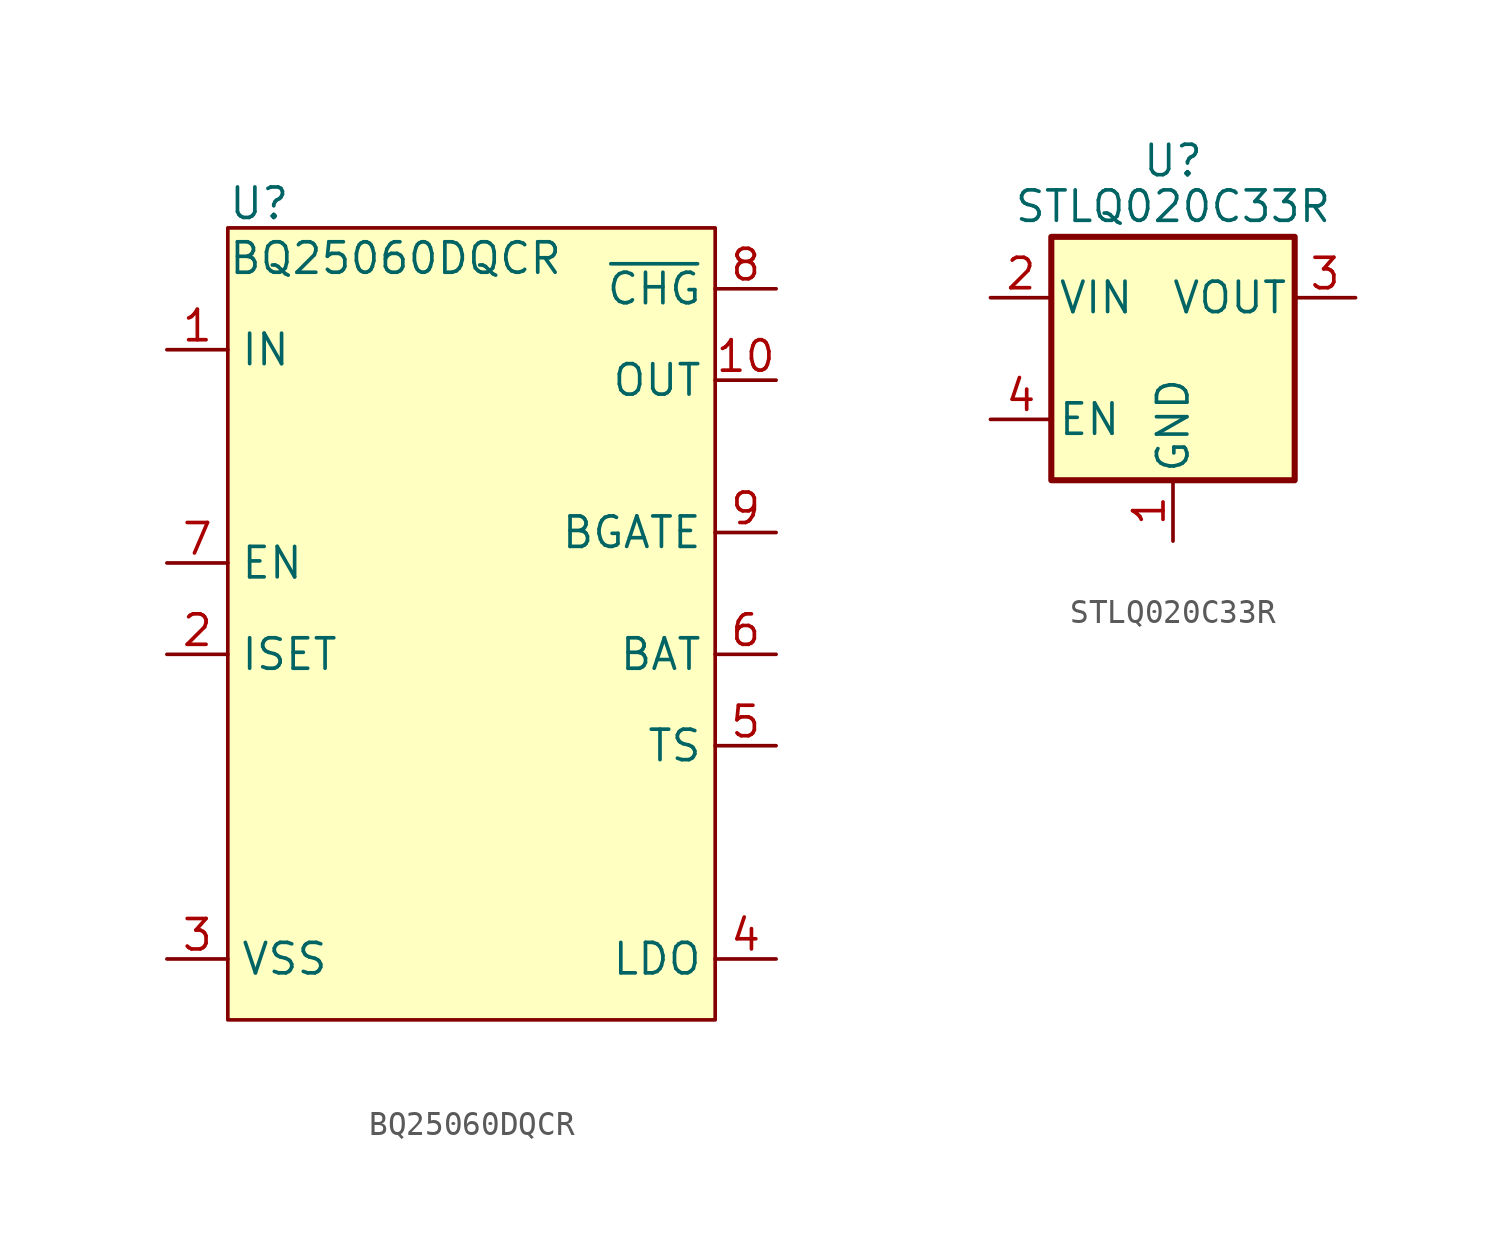
<source format=kicad_sym>
(kicad_symbol_lib
  (version 20241209)
  (generator "kicad_symbol_editor")
  (generator_version "9.0")
  (symbol "BQ25060DQCR"
    (property "Reference" "U"
      (at -10.16 18.796 0)
      (effects (font (size 1.27 1.27)) (justify left)))
    (property "Value" "BQ25060DQCR"
      (at -10.16 16.51 0)
      (effects (font (size 1.27 1.27)) (justify left)))
    (symbol "BQ25060DQCR_1_1"
      (rectangle (start -10.16 17.78) (end 10.16 -15.24) (stroke (width 0) (type solid)) (fill (type background)))
      (pin power_in line (at -12.7 12.7 0) (length 2.54) (name "IN" (effects (font (size 1.27 1.27)))) (number "1" (effects (font (size 1.27 1.27)))))
      (pin input line (at -12.7 3.81 0) (length 2.54) (name "EN" (effects (font (size 1.27 1.27)))) (number "7" (effects (font (size 1.27 1.27)))))
      (pin passive line (at -12.7 0 0) (length 2.54) (name "ISET" (effects (font (size 1.27 1.27)))) (number "2" (effects (font (size 1.27 1.27)))))
      (pin power_in line (at -12.7 -12.7 0) (length 2.54) (name "VSS" (effects (font (size 1.27 1.27)))) (number "3" (effects (font (size 1.27 1.27)))))
      (pin open_collector line (at 12.7 15.24 180) (length 2.54) (name "~{CHG}" (effects (font (size 1.27 1.27)))) (number "8" (effects (font (size 1.27 1.27)))))
      (pin power_out line (at 12.7 11.43 180) (length 2.54) (name "OUT" (effects (font (size 1.27 1.27)))) (number "10" (effects (font (size 1.27 1.27)))))
      (pin output line (at 12.7 5.08 180) (length 2.54) (name "BGATE" (effects (font (size 1.27 1.27)))) (number "9" (effects (font (size 1.27 1.27)))))
      (pin input line (at 12.7 0 180) (length 2.54) (name "BAT" (effects (font (size 1.27 1.27)))) (number "6" (effects (font (size 1.27 1.27)))))
      (pin input line (at 12.7 -3.81 180) (length 2.54) (name "TS" (effects (font (size 1.27 1.27)))) (number "5" (effects (font (size 1.27 1.27)))))
      (pin power_out line (at 12.7 -12.7 180) (length 2.54) (name "LDO" (effects (font (size 1.27 1.27)))) (number "4" (effects (font (size 1.27 1.27)))))))
  (symbol "STLQ020C33R"
    (pin_names
      (offset 0.254))
    (property "Reference" "U"
      (at 0 8.255 0)
      (effects (font (size 1.27 1.27))))
    (property "Value" "STLQ020C33R"
      (at 0 6.35 0)
      (effects (font (size 1.27 1.27))))
    (symbol "STLQ020C33R_0_1"
      (rectangle (start -5.08 5.08) (end 5.08 -5.08) (stroke (width 0.254) (type default)) (fill (type background))))
    (symbol "STLQ020C33R_1_1"
      (pin power_in line (at -7.62 2.54 0) (length 2.54) (name "VIN" (effects (font (size 1.27 1.27)))) (number "2" (effects (font (size 1.27 1.27)))))
      (pin input line (at -7.62 -2.54 0) (length 2.54) (name "EN" (effects (font (size 1.27 1.27)))) (number "4" (effects (font (size 1.27 1.27)))))
      (pin power_in line (at 0 -7.62 90) (length 2.54) (name "GND" (effects (font (size 1.27 1.27)))) (number "1" (effects (font (size 1.27 1.27)))))
      (pin power_out line (at 7.62 2.54 180) (length 2.54) (name "VOUT" (effects (font (size 1.27 1.27)))) (number "3" (effects (font (size 1.27 1.27))))))))
</source>
